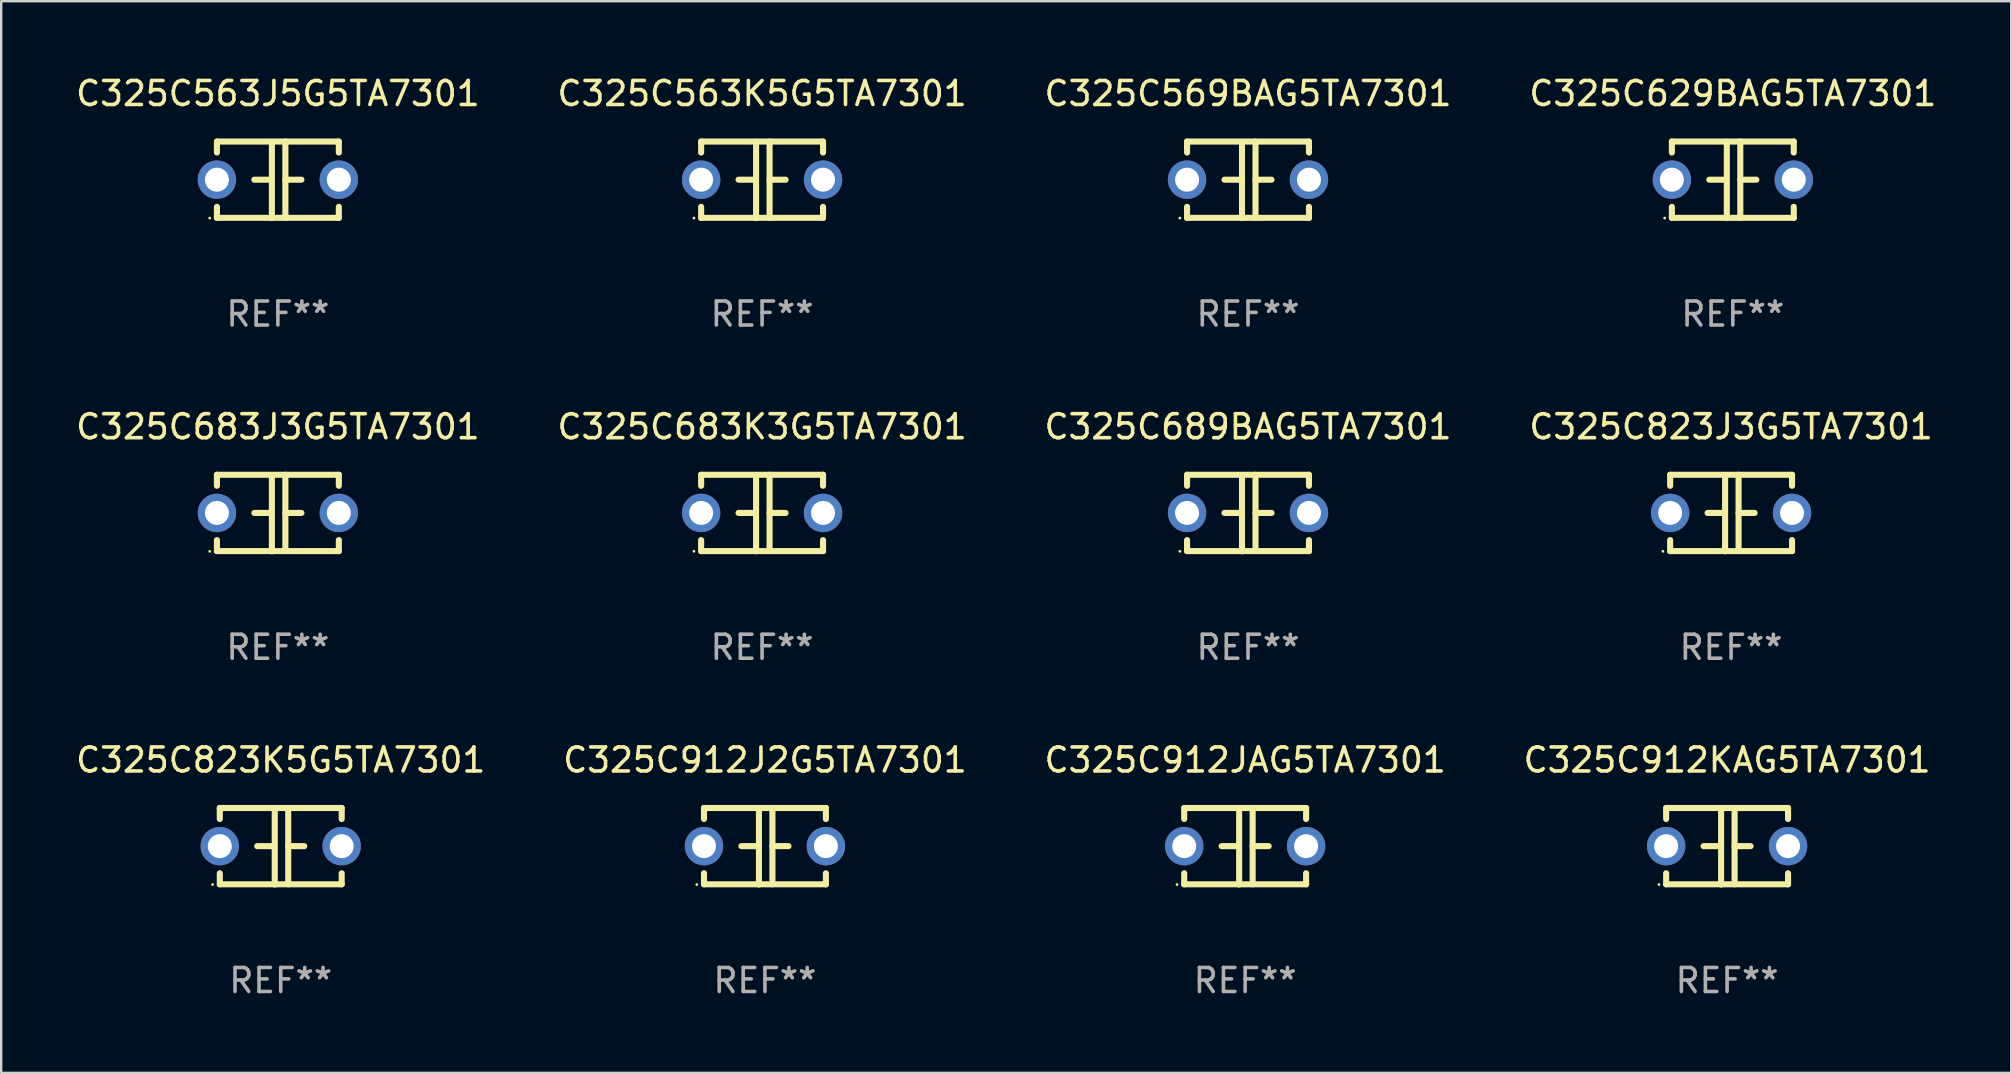
<source format=kicad_pcb>
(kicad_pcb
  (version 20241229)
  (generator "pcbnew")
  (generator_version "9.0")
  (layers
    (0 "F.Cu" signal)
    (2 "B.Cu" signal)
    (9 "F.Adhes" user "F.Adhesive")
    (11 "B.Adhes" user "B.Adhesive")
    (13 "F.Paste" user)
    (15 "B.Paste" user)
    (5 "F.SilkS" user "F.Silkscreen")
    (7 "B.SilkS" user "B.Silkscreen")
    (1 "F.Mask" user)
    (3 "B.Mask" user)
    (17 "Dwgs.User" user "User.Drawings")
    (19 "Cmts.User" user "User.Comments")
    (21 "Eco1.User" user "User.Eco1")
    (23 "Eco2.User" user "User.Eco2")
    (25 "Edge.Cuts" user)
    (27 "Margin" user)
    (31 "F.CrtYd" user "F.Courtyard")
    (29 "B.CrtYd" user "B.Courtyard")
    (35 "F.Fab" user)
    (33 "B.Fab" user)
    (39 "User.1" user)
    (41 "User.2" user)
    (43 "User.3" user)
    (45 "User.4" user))
  (footprint "C325C912JAG5TA7301"
    (layer "F.Cu")
    (at 48.839 32.216)
    (property "Reference" "C325C912JAG5TA7301" (at 0 -3.595 0) (layer "F.SilkS") (effects (font (size 1 1) (thickness 0.15))))
    (attr through_hole)
    (fp_line (start -2.54 -1.595) (end -2.54 -1.136) (stroke (width 0.254) (type solid)) (layer "F.SilkS"))
    (fp_line (start -2.54 -1.595) (end 2.54 -1.595) (stroke (width 0.254) (type solid)) (layer "F.SilkS"))
    (fp_line (start -2.54 1.126) (end -2.54 1.585) (stroke (width 0.254) (type solid)) (layer "F.SilkS"))
    (fp_line (start -0.312 -0.005) (end -0.98 -0.005) (stroke (width 0.254) (type solid)) (layer "F.SilkS"))
    (fp_line (start -0.25 -1.585) (end -0.25 1.595) (stroke (width 0.254) (type solid)) (layer "F.SilkS"))
    (fp_line (start 0.312 -1.595) (end 0.312 1.585) (stroke (width 0.254) (type solid)) (layer "F.SilkS"))
    (fp_line (start 0.312 -0.005) (end 0.98 -0.005) (stroke (width 0.254) (type solid)) (layer "F.SilkS"))
    (fp_line (start 2.54 -1.595) (end 2.54 -1.136) (stroke (width 0.254) (type solid)) (layer "F.SilkS"))
    (fp_line (start 2.54 1.126) (end 2.54 1.585) (stroke (width 0.254) (type solid)) (layer "F.SilkS"))
    (fp_line (start 2.54 1.585) (end -2.54 1.585) (stroke (width 0.254) (type solid)) (layer "F.SilkS"))
    (fp_circle (center -2.84 1.595) (end -2.81 1.595) (stroke (width 0.06) (type solid)) (fill no) (layer "F.SilkS"))
    (fp_text user "REF**" (at 0 5.595 0) (layer "F.Fab") (effects (font (size 1 1) (thickness 0.15))))
    (pad "1" thru_hole circle (at -2.54 -0.005) (size 1.6 1.6) (drill 1) (layers "*.Cu" "*.Mask"))
    (pad "2" thru_hole circle (at 2.54 -0.005) (size 1.6 1.6) (drill 1) (layers "*.Cu" "*.Mask")))
  (footprint "C325C569BAG5TA7301"
    (layer "F.Cu")
    (at 48.958 4.443)
    (property "Reference" "C325C569BAG5TA7301" (at 0 -3.595 0) (layer "F.SilkS") (effects (font (size 1 1) (thickness 0.15))))
    (attr through_hole)
    (fp_line (start -2.54 -1.595) (end -2.54 -1.136) (stroke (width 0.254) (type solid)) (layer "F.SilkS"))
    (fp_line (start -2.54 -1.595) (end 2.54 -1.595) (stroke (width 0.254) (type solid)) (layer "F.SilkS"))
    (fp_line (start -2.54 1.126) (end -2.54 1.585) (stroke (width 0.254) (type solid)) (layer "F.SilkS"))
    (fp_line (start -0.312 -0.005) (end -0.98 -0.005) (stroke (width 0.254) (type solid)) (layer "F.SilkS"))
    (fp_line (start -0.25 -1.585) (end -0.25 1.595) (stroke (width 0.254) (type solid)) (layer "F.SilkS"))
    (fp_line (start 0.312 -1.595) (end 0.312 1.585) (stroke (width 0.254) (type solid)) (layer "F.SilkS"))
    (fp_line (start 0.312 -0.005) (end 0.98 -0.005) (stroke (width 0.254) (type solid)) (layer "F.SilkS"))
    (fp_line (start 2.54 -1.595) (end 2.54 -1.136) (stroke (width 0.254) (type solid)) (layer "F.SilkS"))
    (fp_line (start 2.54 1.126) (end 2.54 1.585) (stroke (width 0.254) (type solid)) (layer "F.SilkS"))
    (fp_line (start 2.54 1.585) (end -2.54 1.585) (stroke (width 0.254) (type solid)) (layer "F.SilkS"))
    (fp_circle (center -2.84 1.595) (end -2.81 1.595) (stroke (width 0.06) (type solid)) (fill no) (layer "F.SilkS"))
    (fp_text user "REF**" (at 0 5.595 0) (layer "F.Fab") (effects (font (size 1 1) (thickness 0.15))))
    (pad "1" thru_hole circle (at -2.54 -0.005) (size 1.6 1.6) (drill 1) (layers "*.Cu" "*.Mask"))
    (pad "2" thru_hole circle (at 2.54 -0.005) (size 1.6 1.6) (drill 1) (layers "*.Cu" "*.Mask")))
  (footprint "C325C689BAG5TA7301"
    (layer "F.Cu")
    (at 48.958 18.33)
    (property "Reference" "C325C689BAG5TA7301" (at 0 -3.595 0) (layer "F.SilkS") (effects (font (size 1 1) (thickness 0.15))))
    (attr through_hole)
    (fp_line (start -2.54 -1.595) (end -2.54 -1.136) (stroke (width 0.254) (type solid)) (layer "F.SilkS"))
    (fp_line (start -2.54 -1.595) (end 2.54 -1.595) (stroke (width 0.254) (type solid)) (layer "F.SilkS"))
    (fp_line (start -2.54 1.126) (end -2.54 1.585) (stroke (width 0.254) (type solid)) (layer "F.SilkS"))
    (fp_line (start -0.312 -0.005) (end -0.98 -0.005) (stroke (width 0.254) (type solid)) (layer "F.SilkS"))
    (fp_line (start -0.25 -1.585) (end -0.25 1.595) (stroke (width 0.254) (type solid)) (layer "F.SilkS"))
    (fp_line (start 0.312 -1.595) (end 0.312 1.585) (stroke (width 0.254) (type solid)) (layer "F.SilkS"))
    (fp_line (start 0.312 -0.005) (end 0.98 -0.005) (stroke (width 0.254) (type solid)) (layer "F.SilkS"))
    (fp_line (start 2.54 -1.595) (end 2.54 -1.136) (stroke (width 0.254) (type solid)) (layer "F.SilkS"))
    (fp_line (start 2.54 1.126) (end 2.54 1.585) (stroke (width 0.254) (type solid)) (layer "F.SilkS"))
    (fp_line (start 2.54 1.585) (end -2.54 1.585) (stroke (width 0.254) (type solid)) (layer "F.SilkS"))
    (fp_circle (center -2.84 1.595) (end -2.81 1.595) (stroke (width 0.06) (type solid)) (fill no) (layer "F.SilkS"))
    (fp_text user "REF**" (at 0 5.595 0) (layer "F.Fab") (effects (font (size 1 1) (thickness 0.15))))
    (pad "1" thru_hole circle (at -2.54 -0.005) (size 1.6 1.6) (drill 1) (layers "*.Cu" "*.Mask"))
    (pad "2" thru_hole circle (at 2.54 -0.005) (size 1.6 1.6) (drill 1) (layers "*.Cu" "*.Mask")))
  (footprint "C325C629BAG5TA7301"
    (layer "F.Cu")
    (at 69.161 4.443)
    (property "Reference" "C325C629BAG5TA7301" (at 0 -3.595 0) (layer "F.SilkS") (effects (font (size 1 1) (thickness 0.15))))
    (attr through_hole)
    (fp_line (start -2.54 -1.595) (end -2.54 -1.136) (stroke (width 0.254) (type solid)) (layer "F.SilkS"))
    (fp_line (start -2.54 -1.595) (end 2.54 -1.595) (stroke (width 0.254) (type solid)) (layer "F.SilkS"))
    (fp_line (start -2.54 1.126) (end -2.54 1.585) (stroke (width 0.254) (type solid)) (layer "F.SilkS"))
    (fp_line (start -0.312 -0.005) (end -0.98 -0.005) (stroke (width 0.254) (type solid)) (layer "F.SilkS"))
    (fp_line (start -0.25 -1.585) (end -0.25 1.595) (stroke (width 0.254) (type solid)) (layer "F.SilkS"))
    (fp_line (start 0.312 -1.595) (end 0.312 1.585) (stroke (width 0.254) (type solid)) (layer "F.SilkS"))
    (fp_line (start 0.312 -0.005) (end 0.98 -0.005) (stroke (width 0.254) (type solid)) (layer "F.SilkS"))
    (fp_line (start 2.54 -1.595) (end 2.54 -1.136) (stroke (width 0.254) (type solid)) (layer "F.SilkS"))
    (fp_line (start 2.54 1.126) (end 2.54 1.585) (stroke (width 0.254) (type solid)) (layer "F.SilkS"))
    (fp_line (start 2.54 1.585) (end -2.54 1.585) (stroke (width 0.254) (type solid)) (layer "F.SilkS"))
    (fp_circle (center -2.84 1.595) (end -2.81 1.595) (stroke (width 0.06) (type solid)) (fill no) (layer "F.SilkS"))
    (fp_text user "REF**" (at 0 5.595 0) (layer "F.Fab") (effects (font (size 1 1) (thickness 0.15))))
    (pad "1" thru_hole circle (at -2.54 -0.005) (size 1.6 1.6) (drill 1) (layers "*.Cu" "*.Mask"))
    (pad "2" thru_hole circle (at 2.54 -0.005) (size 1.6 1.6) (drill 1) (layers "*.Cu" "*.Mask")))
  (footprint "C325C912J2G5TA7301"
    (layer "F.Cu")
    (at 28.827 32.216)
    (property "Reference" "C325C912J2G5TA7301" (at 0 -3.595 0) (layer "F.SilkS") (effects (font (size 1 1) (thickness 0.15))))
    (attr through_hole)
    (fp_line (start -2.54 -1.595) (end -2.54 -1.136) (stroke (width 0.254) (type solid)) (layer "F.SilkS"))
    (fp_line (start -2.54 -1.595) (end 2.54 -1.595) (stroke (width 0.254) (type solid)) (layer "F.SilkS"))
    (fp_line (start -2.54 1.126) (end -2.54 1.585) (stroke (width 0.254) (type solid)) (layer "F.SilkS"))
    (fp_line (start -0.312 -0.005) (end -0.98 -0.005) (stroke (width 0.254) (type solid)) (layer "F.SilkS"))
    (fp_line (start -0.25 -1.585) (end -0.25 1.595) (stroke (width 0.254) (type solid)) (layer "F.SilkS"))
    (fp_line (start 0.312 -1.595) (end 0.312 1.585) (stroke (width 0.254) (type solid)) (layer "F.SilkS"))
    (fp_line (start 0.312 -0.005) (end 0.98 -0.005) (stroke (width 0.254) (type solid)) (layer "F.SilkS"))
    (fp_line (start 2.54 -1.595) (end 2.54 -1.136) (stroke (width 0.254) (type solid)) (layer "F.SilkS"))
    (fp_line (start 2.54 1.126) (end 2.54 1.585) (stroke (width 0.254) (type solid)) (layer "F.SilkS"))
    (fp_line (start 2.54 1.585) (end -2.54 1.585) (stroke (width 0.254) (type solid)) (layer "F.SilkS"))
    (fp_circle (center -2.84 1.595) (end -2.81 1.595) (stroke (width 0.06) (type solid)) (fill no) (layer "F.SilkS"))
    (fp_text user "REF**" (at 0 5.595 0) (layer "F.Fab") (effects (font (size 1 1) (thickness 0.15))))
    (pad "1" thru_hole circle (at -2.54 -0.005) (size 1.6 1.6) (drill 1) (layers "*.Cu" "*.Mask"))
    (pad "2" thru_hole circle (at 2.54 -0.005) (size 1.6 1.6) (drill 1) (layers "*.Cu" "*.Mask")))
  (footprint "C325C912KAG5TA7301"
    (layer "F.Cu")
    (at 68.923 32.216)
    (property "Reference" "C325C912KAG5TA7301" (at 0 -3.595 0) (layer "F.SilkS") (effects (font (size 1 1) (thickness 0.15))))
    (attr through_hole)
    (fp_line (start -2.54 -1.595) (end -2.54 -1.136) (stroke (width 0.254) (type solid)) (layer "F.SilkS"))
    (fp_line (start -2.54 -1.595) (end 2.54 -1.595) (stroke (width 0.254) (type solid)) (layer "F.SilkS"))
    (fp_line (start -2.54 1.126) (end -2.54 1.585) (stroke (width 0.254) (type solid)) (layer "F.SilkS"))
    (fp_line (start -0.312 -0.005) (end -0.98 -0.005) (stroke (width 0.254) (type solid)) (layer "F.SilkS"))
    (fp_line (start -0.25 -1.585) (end -0.25 1.595) (stroke (width 0.254) (type solid)) (layer "F.SilkS"))
    (fp_line (start 0.312 -1.595) (end 0.312 1.585) (stroke (width 0.254) (type solid)) (layer "F.SilkS"))
    (fp_line (start 0.312 -0.005) (end 0.98 -0.005) (stroke (width 0.254) (type solid)) (layer "F.SilkS"))
    (fp_line (start 2.54 -1.595) (end 2.54 -1.136) (stroke (width 0.254) (type solid)) (layer "F.SilkS"))
    (fp_line (start 2.54 1.126) (end 2.54 1.585) (stroke (width 0.254) (type solid)) (layer "F.SilkS"))
    (fp_line (start 2.54 1.585) (end -2.54 1.585) (stroke (width 0.254) (type solid)) (layer "F.SilkS"))
    (fp_circle (center -2.84 1.595) (end -2.81 1.595) (stroke (width 0.06) (type solid)) (fill no) (layer "F.SilkS"))
    (fp_text user "REF**" (at 0 5.595 0) (layer "F.Fab") (effects (font (size 1 1) (thickness 0.15))))
    (pad "1" thru_hole circle (at -2.54 -0.005) (size 1.6 1.6) (drill 1) (layers "*.Cu" "*.Mask"))
    (pad "2" thru_hole circle (at 2.54 -0.005) (size 1.6 1.6) (drill 1) (layers "*.Cu" "*.Mask")))
  (footprint "C325C683J3G5TA7301"
    (layer "F.Cu")
    (at 8.53 18.33)
    (property "Reference" "C325C683J3G5TA7301" (at 0 -3.595 0) (layer "F.SilkS") (effects (font (size 1 1) (thickness 0.15))))
    (attr through_hole)
    (fp_line (start -2.54 -1.595) (end -2.54 -1.136) (stroke (width 0.254) (type solid)) (layer "F.SilkS"))
    (fp_line (start -2.54 -1.595) (end 2.54 -1.595) (stroke (width 0.254) (type solid)) (layer "F.SilkS"))
    (fp_line (start -2.54 1.126) (end -2.54 1.585) (stroke (width 0.254) (type solid)) (layer "F.SilkS"))
    (fp_line (start -0.312 -0.005) (end -0.98 -0.005) (stroke (width 0.254) (type solid)) (layer "F.SilkS"))
    (fp_line (start -0.25 -1.585) (end -0.25 1.595) (stroke (width 0.254) (type solid)) (layer "F.SilkS"))
    (fp_line (start 0.312 -1.595) (end 0.312 1.585) (stroke (width 0.254) (type solid)) (layer "F.SilkS"))
    (fp_line (start 0.312 -0.005) (end 0.98 -0.005) (stroke (width 0.254) (type solid)) (layer "F.SilkS"))
    (fp_line (start 2.54 -1.595) (end 2.54 -1.136) (stroke (width 0.254) (type solid)) (layer "F.SilkS"))
    (fp_line (start 2.54 1.126) (end 2.54 1.585) (stroke (width 0.254) (type solid)) (layer "F.SilkS"))
    (fp_line (start 2.54 1.585) (end -2.54 1.585) (stroke (width 0.254) (type solid)) (layer "F.SilkS"))
    (fp_circle (center -2.84 1.595) (end -2.81 1.595) (stroke (width 0.06) (type solid)) (fill no) (layer "F.SilkS"))
    (fp_text user "REF**" (at 0 5.595 0) (layer "F.Fab") (effects (font (size 1 1) (thickness 0.15))))
    (pad "1" thru_hole circle (at -2.54 -0.005) (size 1.6 1.6) (drill 1) (layers "*.Cu" "*.Mask"))
    (pad "2" thru_hole circle (at 2.54 -0.005) (size 1.6 1.6) (drill 1) (layers "*.Cu" "*.Mask")))
  (footprint "C325C563J5G5TA7301"
    (layer "F.Cu")
    (at 8.53 4.443)
    (property "Reference" "C325C563J5G5TA7301" (at 0 -3.595 0) (layer "F.SilkS") (effects (font (size 1 1) (thickness 0.15))))
    (attr through_hole)
    (fp_line (start -2.54 -1.595) (end -2.54 -1.136) (stroke (width 0.254) (type solid)) (layer "F.SilkS"))
    (fp_line (start -2.54 -1.595) (end 2.54 -1.595) (stroke (width 0.254) (type solid)) (layer "F.SilkS"))
    (fp_line (start -2.54 1.126) (end -2.54 1.585) (stroke (width 0.254) (type solid)) (layer "F.SilkS"))
    (fp_line (start -0.312 -0.005) (end -0.98 -0.005) (stroke (width 0.254) (type solid)) (layer "F.SilkS"))
    (fp_line (start -0.25 -1.585) (end -0.25 1.595) (stroke (width 0.254) (type solid)) (layer "F.SilkS"))
    (fp_line (start 0.312 -1.595) (end 0.312 1.585) (stroke (width 0.254) (type solid)) (layer "F.SilkS"))
    (fp_line (start 0.312 -0.005) (end 0.98 -0.005) (stroke (width 0.254) (type solid)) (layer "F.SilkS"))
    (fp_line (start 2.54 -1.595) (end 2.54 -1.136) (stroke (width 0.254) (type solid)) (layer "F.SilkS"))
    (fp_line (start 2.54 1.126) (end 2.54 1.585) (stroke (width 0.254) (type solid)) (layer "F.SilkS"))
    (fp_line (start 2.54 1.585) (end -2.54 1.585) (stroke (width 0.254) (type solid)) (layer "F.SilkS"))
    (fp_circle (center -2.84 1.595) (end -2.81 1.595) (stroke (width 0.06) (type solid)) (fill no) (layer "F.SilkS"))
    (fp_text user "REF**" (at 0 5.595 0) (layer "F.Fab") (effects (font (size 1 1) (thickness 0.15))))
    (pad "1" thru_hole circle (at -2.54 -0.005) (size 1.6 1.6) (drill 1) (layers "*.Cu" "*.Mask"))
    (pad "2" thru_hole circle (at 2.54 -0.005) (size 1.6 1.6) (drill 1) (layers "*.Cu" "*.Mask")))
  (footprint "C325C683K3G5TA7301"
    (layer "F.Cu")
    (at 28.708 18.33)
    (property "Reference" "C325C683K3G5TA7301" (at 0 -3.595 0) (layer "F.SilkS") (effects (font (size 1 1) (thickness 0.15))))
    (attr through_hole)
    (fp_line (start -2.54 -1.595) (end -2.54 -1.136) (stroke (width 0.254) (type solid)) (layer "F.SilkS"))
    (fp_line (start -2.54 -1.595) (end 2.54 -1.595) (stroke (width 0.254) (type solid)) (layer "F.SilkS"))
    (fp_line (start -2.54 1.126) (end -2.54 1.585) (stroke (width 0.254) (type solid)) (layer "F.SilkS"))
    (fp_line (start -0.312 -0.005) (end -0.98 -0.005) (stroke (width 0.254) (type solid)) (layer "F.SilkS"))
    (fp_line (start -0.25 -1.585) (end -0.25 1.595) (stroke (width 0.254) (type solid)) (layer "F.SilkS"))
    (fp_line (start 0.312 -1.595) (end 0.312 1.585) (stroke (width 0.254) (type solid)) (layer "F.SilkS"))
    (fp_line (start 0.312 -0.005) (end 0.98 -0.005) (stroke (width 0.254) (type solid)) (layer "F.SilkS"))
    (fp_line (start 2.54 -1.595) (end 2.54 -1.136) (stroke (width 0.254) (type solid)) (layer "F.SilkS"))
    (fp_line (start 2.54 1.126) (end 2.54 1.585) (stroke (width 0.254) (type solid)) (layer "F.SilkS"))
    (fp_line (start 2.54 1.585) (end -2.54 1.585) (stroke (width 0.254) (type solid)) (layer "F.SilkS"))
    (fp_circle (center -2.84 1.595) (end -2.81 1.595) (stroke (width 0.06) (type solid)) (fill no) (layer "F.SilkS"))
    (fp_text user "REF**" (at 0 5.595 0) (layer "F.Fab") (effects (font (size 1 1) (thickness 0.15))))
    (pad "1" thru_hole circle (at -2.54 -0.005) (size 1.6 1.6) (drill 1) (layers "*.Cu" "*.Mask"))
    (pad "2" thru_hole circle (at 2.54 -0.005) (size 1.6 1.6) (drill 1) (layers "*.Cu" "*.Mask")))
  (footprint "C325C823J3G5TA7301"
    (layer "F.Cu")
    (at 69.089 18.33)
    (property "Reference" "C325C823J3G5TA7301" (at 0 -3.595 0) (layer "F.SilkS") (effects (font (size 1 1) (thickness 0.15))))
    (attr through_hole)
    (fp_line (start -2.54 -1.595) (end -2.54 -1.136) (stroke (width 0.254) (type solid)) (layer "F.SilkS"))
    (fp_line (start -2.54 -1.595) (end 2.54 -1.595) (stroke (width 0.254) (type solid)) (layer "F.SilkS"))
    (fp_line (start -2.54 1.126) (end -2.54 1.585) (stroke (width 0.254) (type solid)) (layer "F.SilkS"))
    (fp_line (start -0.312 -0.005) (end -0.98 -0.005) (stroke (width 0.254) (type solid)) (layer "F.SilkS"))
    (fp_line (start -0.25 -1.585) (end -0.25 1.595) (stroke (width 0.254) (type solid)) (layer "F.SilkS"))
    (fp_line (start 0.312 -1.595) (end 0.312 1.585) (stroke (width 0.254) (type solid)) (layer "F.SilkS"))
    (fp_line (start 0.312 -0.005) (end 0.98 -0.005) (stroke (width 0.254) (type solid)) (layer "F.SilkS"))
    (fp_line (start 2.54 -1.595) (end 2.54 -1.136) (stroke (width 0.254) (type solid)) (layer "F.SilkS"))
    (fp_line (start 2.54 1.126) (end 2.54 1.585) (stroke (width 0.254) (type solid)) (layer "F.SilkS"))
    (fp_line (start 2.54 1.585) (end -2.54 1.585) (stroke (width 0.254) (type solid)) (layer "F.SilkS"))
    (fp_circle (center -2.84 1.595) (end -2.81 1.595) (stroke (width 0.06) (type solid)) (fill no) (layer "F.SilkS"))
    (fp_text user "REF**" (at 0 5.595 0) (layer "F.Fab") (effects (font (size 1 1) (thickness 0.15))))
    (pad "1" thru_hole circle (at -2.54 -0.005) (size 1.6 1.6) (drill 1) (layers "*.Cu" "*.Mask"))
    (pad "2" thru_hole circle (at 2.54 -0.005) (size 1.6 1.6) (drill 1) (layers "*.Cu" "*.Mask")))
  (footprint "C325C563K5G5TA7301"
    (layer "F.Cu")
    (at 28.708 4.443)
    (property "Reference" "C325C563K5G5TA7301" (at 0 -3.595 0) (layer "F.SilkS") (effects (font (size 1 1) (thickness 0.15))))
    (attr through_hole)
    (fp_line (start -2.54 -1.595) (end -2.54 -1.136) (stroke (width 0.254) (type solid)) (layer "F.SilkS"))
    (fp_line (start -2.54 -1.595) (end 2.54 -1.595) (stroke (width 0.254) (type solid)) (layer "F.SilkS"))
    (fp_line (start -2.54 1.126) (end -2.54 1.585) (stroke (width 0.254) (type solid)) (layer "F.SilkS"))
    (fp_line (start -0.312 -0.005) (end -0.98 -0.005) (stroke (width 0.254) (type solid)) (layer "F.SilkS"))
    (fp_line (start -0.25 -1.585) (end -0.25 1.595) (stroke (width 0.254) (type solid)) (layer "F.SilkS"))
    (fp_line (start 0.312 -1.595) (end 0.312 1.585) (stroke (width 0.254) (type solid)) (layer "F.SilkS"))
    (fp_line (start 0.312 -0.005) (end 0.98 -0.005) (stroke (width 0.254) (type solid)) (layer "F.SilkS"))
    (fp_line (start 2.54 -1.595) (end 2.54 -1.136) (stroke (width 0.254) (type solid)) (layer "F.SilkS"))
    (fp_line (start 2.54 1.126) (end 2.54 1.585) (stroke (width 0.254) (type solid)) (layer "F.SilkS"))
    (fp_line (start 2.54 1.585) (end -2.54 1.585) (stroke (width 0.254) (type solid)) (layer "F.SilkS"))
    (fp_circle (center -2.84 1.595) (end -2.81 1.595) (stroke (width 0.06) (type solid)) (fill no) (layer "F.SilkS"))
    (fp_text user "REF**" (at 0 5.595 0) (layer "F.Fab") (effects (font (size 1 1) (thickness 0.15))))
    (pad "1" thru_hole circle (at -2.54 -0.005) (size 1.6 1.6) (drill 1) (layers "*.Cu" "*.Mask"))
    (pad "2" thru_hole circle (at 2.54 -0.005) (size 1.6 1.6) (drill 1) (layers "*.Cu" "*.Mask")))
  (footprint "C325C823K5G5TA7301"
    (layer "F.Cu")
    (at 8.649 32.216)
    (property "Reference" "C325C823K5G5TA7301" (at 0 -3.595 0) (layer "F.SilkS") (effects (font (size 1 1) (thickness 0.15))))
    (attr through_hole)
    (fp_line (start -2.54 -1.595) (end -2.54 -1.136) (stroke (width 0.254) (type solid)) (layer "F.SilkS"))
    (fp_line (start -2.54 -1.595) (end 2.54 -1.595) (stroke (width 0.254) (type solid)) (layer "F.SilkS"))
    (fp_line (start -2.54 1.126) (end -2.54 1.585) (stroke (width 0.254) (type solid)) (layer "F.SilkS"))
    (fp_line (start -0.312 -0.005) (end -0.98 -0.005) (stroke (width 0.254) (type solid)) (layer "F.SilkS"))
    (fp_line (start -0.25 -1.585) (end -0.25 1.595) (stroke (width 0.254) (type solid)) (layer "F.SilkS"))
    (fp_line (start 0.312 -1.595) (end 0.312 1.585) (stroke (width 0.254) (type solid)) (layer "F.SilkS"))
    (fp_line (start 0.312 -0.005) (end 0.98 -0.005) (stroke (width 0.254) (type solid)) (layer "F.SilkS"))
    (fp_line (start 2.54 -1.595) (end 2.54 -1.136) (stroke (width 0.254) (type solid)) (layer "F.SilkS"))
    (fp_line (start 2.54 1.126) (end 2.54 1.585) (stroke (width 0.254) (type solid)) (layer "F.SilkS"))
    (fp_line (start 2.54 1.585) (end -2.54 1.585) (stroke (width 0.254) (type solid)) (layer "F.SilkS"))
    (fp_circle (center -2.84 1.595) (end -2.81 1.595) (stroke (width 0.06) (type solid)) (fill no) (layer "F.SilkS"))
    (fp_text user "REF**" (at 0 5.595 0) (layer "F.Fab") (effects (font (size 1 1) (thickness 0.15))))
    (pad "1" thru_hole circle (at -2.54 -0.005) (size 1.6 1.6) (drill 1) (layers "*.Cu" "*.Mask"))
    (pad "2" thru_hole circle (at 2.54 -0.005) (size 1.6 1.6) (drill 1) (layers "*.Cu" "*.Mask")))
  (gr_rect
    (start -3 -3)
    (end 80.762 41.659)
    (stroke (width 0.1) (type default))
    (fill no)
    (layer "Edge.Cuts")))
</source>
